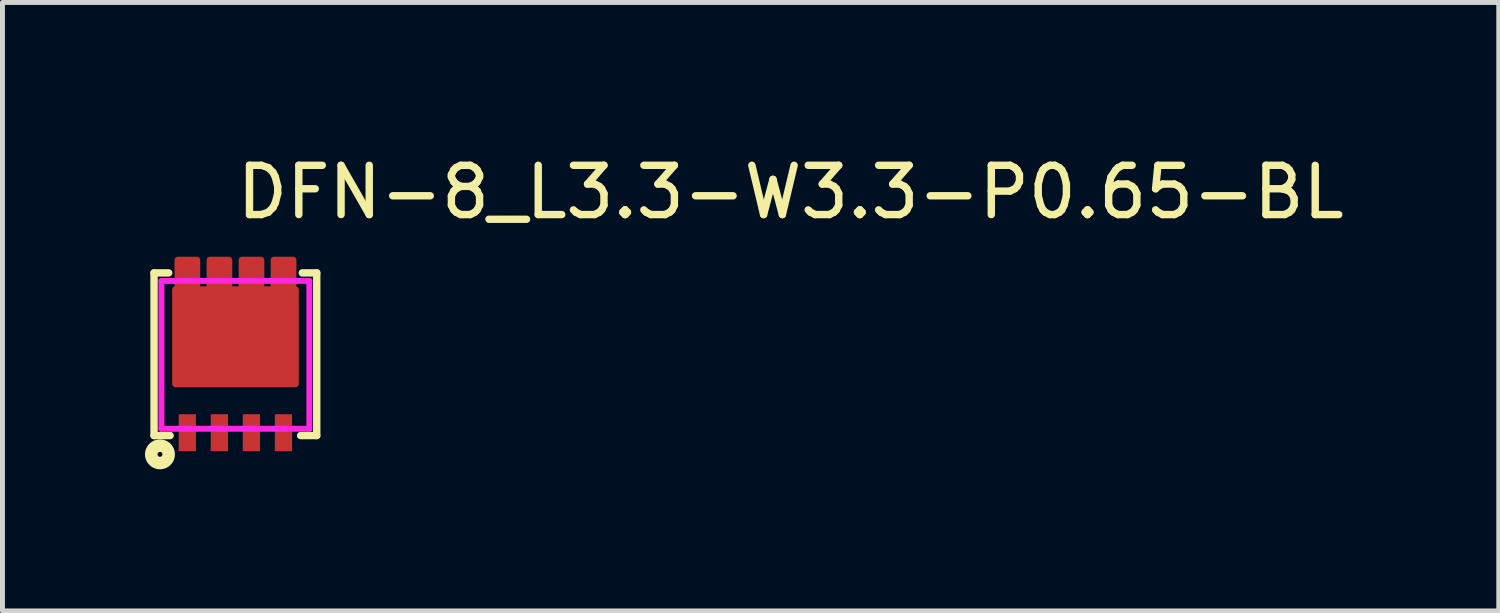
<source format=kicad_pcb>
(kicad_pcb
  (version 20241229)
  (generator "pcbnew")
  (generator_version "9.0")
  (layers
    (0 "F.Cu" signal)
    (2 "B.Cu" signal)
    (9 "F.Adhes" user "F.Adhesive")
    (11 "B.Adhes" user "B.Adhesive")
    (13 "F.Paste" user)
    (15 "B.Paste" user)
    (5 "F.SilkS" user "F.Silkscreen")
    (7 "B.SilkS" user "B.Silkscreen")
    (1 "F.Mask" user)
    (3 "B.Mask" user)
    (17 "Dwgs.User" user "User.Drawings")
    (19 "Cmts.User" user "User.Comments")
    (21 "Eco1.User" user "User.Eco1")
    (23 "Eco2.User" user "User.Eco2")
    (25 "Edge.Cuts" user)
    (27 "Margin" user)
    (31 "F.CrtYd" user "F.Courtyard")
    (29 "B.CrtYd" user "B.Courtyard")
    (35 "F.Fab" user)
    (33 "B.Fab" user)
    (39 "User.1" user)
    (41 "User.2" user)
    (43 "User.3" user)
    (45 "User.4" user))
  (footprint "DFN-8_L3.3-W3.3-P0.65-BL"
    (layer "F.Cu")
    (at 1.725 4.948)
    (property "Reference" "DFN-8_L3.3-W3.3-P0.65-BL" (at -0.05 -4.1 0) (layer "F.SilkS") (effects (font (size 1 1) (thickness 0.15)) (justify left)))
    (attr through_hole)
    (fp_line (start -1.65 -2.462) (end -1.65 0.838) (stroke (width 0.15) (type solid)) (layer "F.SilkS"))
    (fp_line (start -1.65 -2.462) (end -1.353 -2.462) (stroke (width 0.15) (type solid)) (layer "F.SilkS"))
    (fp_line (start -1.65 0.838) (end -1.65 -2.462) (stroke (width 0.1) (type solid)) (layer "F.SilkS"))
    (fp_line (start -1.65 0.838) (end -1.324 0.838) (stroke (width 0.15) (type solid)) (layer "F.SilkS"))
    (fp_line (start 1.324 0.838) (end 1.65 0.838) (stroke (width 0.15) (type solid)) (layer "F.SilkS"))
    (fp_line (start 1.65 -2.462) (end 1.357 -2.462) (stroke (width 0.15) (type solid)) (layer "F.SilkS"))
    (fp_line (start 1.65 0.838) (end 1.65 -2.462) (stroke (width 0.15) (type solid)) (layer "F.SilkS"))
    (fp_line (start 1.65 0.838) (end 1.651 -0.484) (stroke (width 0.1) (type solid)) (layer "F.SilkS"))
    (fp_line (start 1.651 -0.484) (end 1.65 -2.462) (stroke (width 0.1) (type solid)) (layer "F.SilkS"))
    (fp_circle (center -1.53 1.219) (end -1.48 1.219) (stroke (width 0.254) (type solid)) (fill no) (layer "F.SilkS"))
    (fp_circle (center -1.5 0.838) (end -1.47 0.838) (stroke (width 0.06) (type solid)) (fill no) (layer "Eco2.User"))
    (fp_line (start -1.5 -2.3) (end 1.5 -2.3) (stroke (width 0.12) (type solid)) (layer "F.CrtYd"))
    (fp_line (start -1.5 0.7) (end -1.5 -2.3) (stroke (width 0.12) (type solid)) (layer "F.CrtYd"))
    (fp_line (start 1.5 -2.3) (end 1.5 0.7) (stroke (width 0.12) (type solid)) (layer "F.CrtYd"))
    (fp_line (start 1.5 0.7) (end -1.5 0.7) (stroke (width 0.12) (type solid)) (layer "F.CrtYd"))
    (pad "1" smd custom (at 0.002 -0.78) (size 0.102 0.102) (layers "F.Cu" "F.Mask" "F.Paste") (options (anchor circle)) (primitives (gr_poly (pts (xy -1.225 0.578) (xy -1.225 -1.35) (xy -1.177 -1.35) (xy -1.177 -1.95) (xy -0.775 -1.95) (xy -0.775 -1.35) (xy -0.526 -1.35) (xy -0.526 -1.95) (xy -0.125 -1.95) (xy -0.125 -1.35) (xy 0.124 -1.35) (xy 0.124 -1.95) (xy 0.525 -1.95) (xy 0.525 -1.35) (xy 0.774 -1.35) (xy 0.774 -1.95) (xy 0.774 -1.35) (xy 0.774 -1.95) (xy 1.176 -1.95) (xy 1.176 -1.35) (xy 1.224 -1.35) (xy 1.224 0.578)) (width 0.12) (fill yes))))
    (pad "1" smd rect (at 0.975 0.78) (size 0.35 0.75) (layers "F.Cu" "F.Mask" "F.Paste"))
    (pad "3" smd rect (at -0.975 0.78) (size 0.35 0.75) (layers "F.Cu" "F.Mask" "F.Paste"))
    (pad "3" smd rect (at -0.325 0.78) (size 0.35 0.75) (layers "F.Cu" "F.Mask" "F.Paste"))
    (pad "3" smd rect (at 0.325 0.78) (size 0.35 0.75) (layers "F.Cu" "F.Mask" "F.Paste")))
  (gr_rect
    (start -3 -3)
    (end 27.354 9.344)
    (stroke (width 0.1) (type default))
    (fill no)
    (layer "Edge.Cuts")))
</source>
